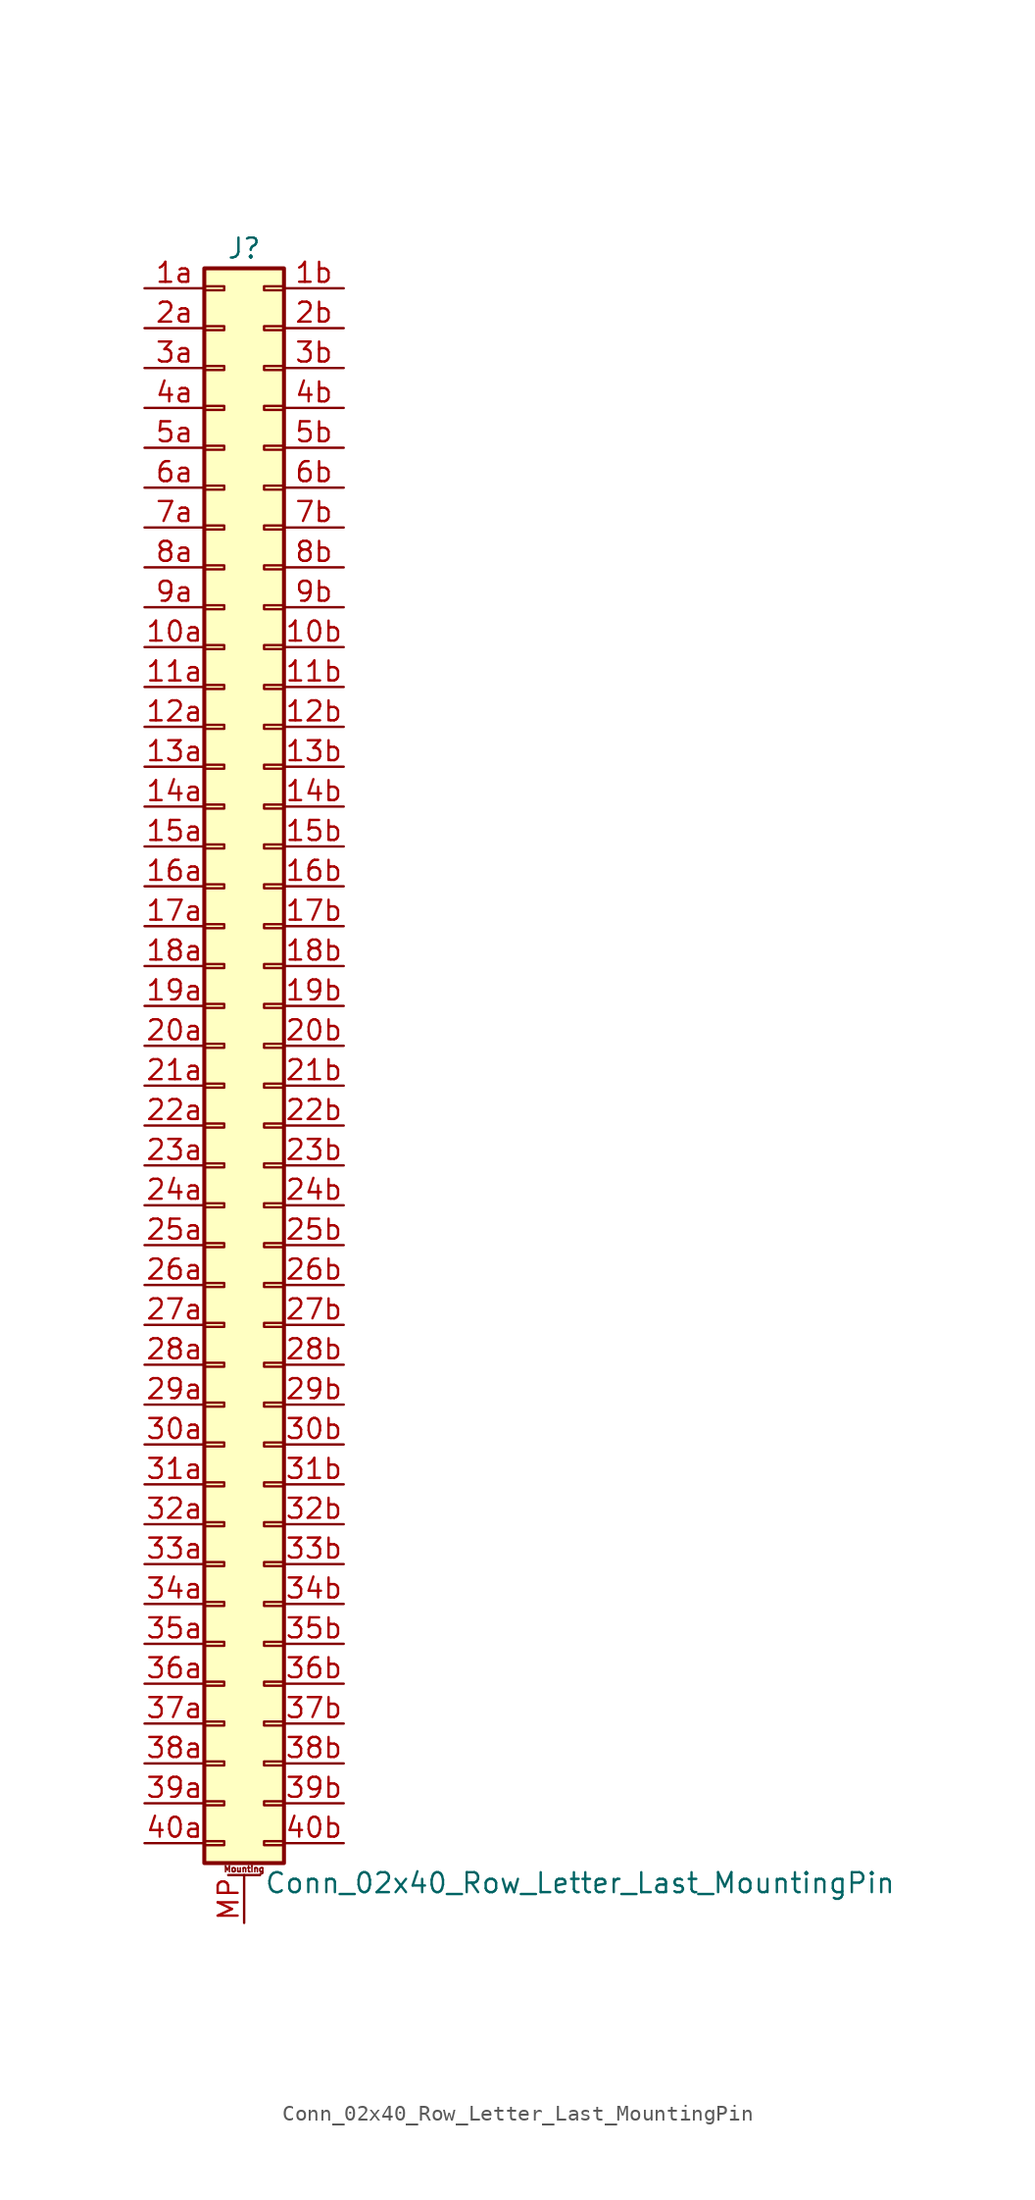
<source format=kicad_sym>
(kicad_symbol_lib
  (version 20201005)
  (generator kicad_symbol_editor)
  (symbol "Conn_02x40_Row_Letter_Last_MountingPin"
    (pin_names
      (offset 1.016) hide)
    (property "Reference" "J"
      (at 1.27 50.8 0)
      (effects (font (size 1.27 1.27))))
    (property "Value" "Conn_02x40_Row_Letter_Last_MountingPin"
      (at 2.54 -53.34 0)
      (effects (font (size 1.27 1.27)) (justify left)))
    (symbol "Conn_02x40_Row_Letter_Last_MountingPin_1_1"
      (text "Mounting" (at 1.27 -52.451 0) (effects (font (size 0.381 0.381))))
      (rectangle (start -1.27 -50.673) (end 0 -50.927) (stroke (width 0.152)) (fill (type none)))
      (rectangle (start -1.27 -48.133) (end 0 -48.387) (stroke (width 0.152)) (fill (type none)))
      (rectangle (start -1.27 -45.593) (end 0 -45.847) (stroke (width 0.152)) (fill (type none)))
      (rectangle (start -1.27 -43.053) (end 0 -43.307) (stroke (width 0.152)) (fill (type none)))
      (rectangle (start -1.27 -40.513) (end 0 -40.767) (stroke (width 0.152)) (fill (type none)))
      (rectangle (start -1.27 -37.973) (end 0 -38.227) (stroke (width 0.152)) (fill (type none)))
      (rectangle (start -1.27 -35.433) (end 0 -35.687) (stroke (width 0.152)) (fill (type none)))
      (rectangle (start -1.27 -32.893) (end 0 -33.147) (stroke (width 0.152)) (fill (type none)))
      (rectangle (start -1.27 -30.353) (end 0 -30.607) (stroke (width 0.152)) (fill (type none)))
      (rectangle (start -1.27 -27.813) (end 0 -28.067) (stroke (width 0.152)) (fill (type none)))
      (rectangle (start -1.27 -25.273) (end 0 -25.527) (stroke (width 0.152)) (fill (type none)))
      (rectangle (start -1.27 -22.733) (end 0 -22.987) (stroke (width 0.152)) (fill (type none)))
      (rectangle (start -1.27 -20.193) (end 0 -20.447) (stroke (width 0.152)) (fill (type none)))
      (rectangle (start -1.27 -17.653) (end 0 -17.907) (stroke (width 0.152)) (fill (type none)))
      (rectangle (start -1.27 -15.113) (end 0 -15.367) (stroke (width 0.152)) (fill (type none)))
      (rectangle (start -1.27 -12.573) (end 0 -12.827) (stroke (width 0.152)) (fill (type none)))
      (rectangle (start -1.27 -10.033) (end 0 -10.287) (stroke (width 0.152)) (fill (type none)))
      (rectangle (start -1.27 -7.493) (end 0 -7.747) (stroke (width 0.152)) (fill (type none)))
      (rectangle (start -1.27 -4.953) (end 0 -5.207) (stroke (width 0.152)) (fill (type none)))
      (rectangle (start -1.27 -2.413) (end 0 -2.667) (stroke (width 0.152)) (fill (type none)))
      (rectangle (start -1.27 0.127) (end 0 -0.127) (stroke (width 0.152)) (fill (type none)))
      (rectangle (start -1.27 2.667) (end 0 2.413) (stroke (width 0.152)) (fill (type none)))
      (rectangle (start -1.27 5.207) (end 0 4.953) (stroke (width 0.152)) (fill (type none)))
      (rectangle (start -1.27 7.747) (end 0 7.493) (stroke (width 0.152)) (fill (type none)))
      (rectangle (start -1.27 10.287) (end 0 10.033) (stroke (width 0.152)) (fill (type none)))
      (rectangle (start -1.27 12.827) (end 0 12.573) (stroke (width 0.152)) (fill (type none)))
      (rectangle (start -1.27 15.367) (end 0 15.113) (stroke (width 0.152)) (fill (type none)))
      (rectangle (start -1.27 17.907) (end 0 17.653) (stroke (width 0.152)) (fill (type none)))
      (rectangle (start -1.27 20.447) (end 0 20.193) (stroke (width 0.152)) (fill (type none)))
      (rectangle (start -1.27 22.987) (end 0 22.733) (stroke (width 0.152)) (fill (type none)))
      (rectangle (start -1.27 25.527) (end 0 25.273) (stroke (width 0.152)) (fill (type none)))
      (rectangle (start -1.27 28.067) (end 0 27.813) (stroke (width 0.152)) (fill (type none)))
      (rectangle (start -1.27 30.607) (end 0 30.353) (stroke (width 0.152)) (fill (type none)))
      (rectangle (start -1.27 33.147) (end 0 32.893) (stroke (width 0.152)) (fill (type none)))
      (rectangle (start -1.27 35.687) (end 0 35.433) (stroke (width 0.152)) (fill (type none)))
      (rectangle (start -1.27 38.227) (end 0 37.973) (stroke (width 0.152)) (fill (type none)))
      (rectangle (start -1.27 40.767) (end 0 40.513) (stroke (width 0.152)) (fill (type none)))
      (rectangle (start -1.27 43.307) (end 0 43.053) (stroke (width 0.152)) (fill (type none)))
      (rectangle (start -1.27 45.847) (end 0 45.593) (stroke (width 0.152)) (fill (type none)))
      (rectangle (start -1.27 48.387) (end 0 48.133) (stroke (width 0.152)) (fill (type none)))
      (rectangle (start -1.27 49.53) (end 3.81 -52.07) (stroke (width 0.254)) (fill (type background)))
      (rectangle (start 3.81 -50.673) (end 2.54 -50.927) (stroke (width 0.152)) (fill (type none)))
      (rectangle (start 3.81 -48.133) (end 2.54 -48.387) (stroke (width 0.152)) (fill (type none)))
      (rectangle (start 3.81 -45.593) (end 2.54 -45.847) (stroke (width 0.152)) (fill (type none)))
      (rectangle (start 3.81 -43.053) (end 2.54 -43.307) (stroke (width 0.152)) (fill (type none)))
      (rectangle (start 3.81 -40.513) (end 2.54 -40.767) (stroke (width 0.152)) (fill (type none)))
      (rectangle (start 3.81 -37.973) (end 2.54 -38.227) (stroke (width 0.152)) (fill (type none)))
      (rectangle (start 3.81 -35.433) (end 2.54 -35.687) (stroke (width 0.152)) (fill (type none)))
      (rectangle (start 3.81 -32.893) (end 2.54 -33.147) (stroke (width 0.152)) (fill (type none)))
      (rectangle (start 3.81 -30.353) (end 2.54 -30.607) (stroke (width 0.152)) (fill (type none)))
      (rectangle (start 3.81 -27.813) (end 2.54 -28.067) (stroke (width 0.152)) (fill (type none)))
      (rectangle (start 3.81 -25.273) (end 2.54 -25.527) (stroke (width 0.152)) (fill (type none)))
      (rectangle (start 3.81 -22.733) (end 2.54 -22.987) (stroke (width 0.152)) (fill (type none)))
      (rectangle (start 3.81 -20.193) (end 2.54 -20.447) (stroke (width 0.152)) (fill (type none)))
      (rectangle (start 3.81 -17.653) (end 2.54 -17.907) (stroke (width 0.152)) (fill (type none)))
      (rectangle (start 3.81 -15.113) (end 2.54 -15.367) (stroke (width 0.152)) (fill (type none)))
      (rectangle (start 3.81 -12.573) (end 2.54 -12.827) (stroke (width 0.152)) (fill (type none)))
      (rectangle (start 3.81 -10.033) (end 2.54 -10.287) (stroke (width 0.152)) (fill (type none)))
      (rectangle (start 3.81 -7.493) (end 2.54 -7.747) (stroke (width 0.152)) (fill (type none)))
      (rectangle (start 3.81 -4.953) (end 2.54 -5.207) (stroke (width 0.152)) (fill (type none)))
      (rectangle (start 3.81 -2.413) (end 2.54 -2.667) (stroke (width 0.152)) (fill (type none)))
      (rectangle (start 3.81 0.127) (end 2.54 -0.127) (stroke (width 0.152)) (fill (type none)))
      (rectangle (start 3.81 2.667) (end 2.54 2.413) (stroke (width 0.152)) (fill (type none)))
      (rectangle (start 3.81 5.207) (end 2.54 4.953) (stroke (width 0.152)) (fill (type none)))
      (rectangle (start 3.81 7.747) (end 2.54 7.493) (stroke (width 0.152)) (fill (type none)))
      (rectangle (start 3.81 10.287) (end 2.54 10.033) (stroke (width 0.152)) (fill (type none)))
      (rectangle (start 3.81 12.827) (end 2.54 12.573) (stroke (width 0.152)) (fill (type none)))
      (rectangle (start 3.81 15.367) (end 2.54 15.113) (stroke (width 0.152)) (fill (type none)))
      (rectangle (start 3.81 17.907) (end 2.54 17.653) (stroke (width 0.152)) (fill (type none)))
      (rectangle (start 3.81 20.447) (end 2.54 20.193) (stroke (width 0.152)) (fill (type none)))
      (rectangle (start 3.81 22.987) (end 2.54 22.733) (stroke (width 0.152)) (fill (type none)))
      (rectangle (start 3.81 25.527) (end 2.54 25.273) (stroke (width 0.152)) (fill (type none)))
      (rectangle (start 3.81 28.067) (end 2.54 27.813) (stroke (width 0.152)) (fill (type none)))
      (rectangle (start 3.81 30.607) (end 2.54 30.353) (stroke (width 0.152)) (fill (type none)))
      (rectangle (start 3.81 33.147) (end 2.54 32.893) (stroke (width 0.152)) (fill (type none)))
      (rectangle (start 3.81 35.687) (end 2.54 35.433) (stroke (width 0.152)) (fill (type none)))
      (rectangle (start 3.81 38.227) (end 2.54 37.973) (stroke (width 0.152)) (fill (type none)))
      (rectangle (start 3.81 40.767) (end 2.54 40.513) (stroke (width 0.152)) (fill (type none)))
      (rectangle (start 3.81 43.307) (end 2.54 43.053) (stroke (width 0.152)) (fill (type none)))
      (rectangle (start 3.81 45.847) (end 2.54 45.593) (stroke (width 0.152)) (fill (type none)))
      (rectangle (start 3.81 48.387) (end 2.54 48.133) (stroke (width 0.152)) (fill (type none)))
      (polyline (pts (xy 0.254 -52.832) (xy 2.286 -52.832)) (stroke (width 0.152)) (fill (type none)))
      (pin passive line (at -5.08 25.4 0) (length 3.81) (name "Pin_10a" (effects (font (size 1.27 1.27)))) (number "10a" (effects (font (size 1.27 1.27)))))
      (pin passive line (at 7.62 25.4 180) (length 3.81) (name "Pin_10b" (effects (font (size 1.27 1.27)))) (number "10b" (effects (font (size 1.27 1.27)))))
      (pin passive line (at -5.08 22.86 0) (length 3.81) (name "Pin_11a" (effects (font (size 1.27 1.27)))) (number "11a" (effects (font (size 1.27 1.27)))))
      (pin passive line (at 7.62 22.86 180) (length 3.81) (name "Pin_11b" (effects (font (size 1.27 1.27)))) (number "11b" (effects (font (size 1.27 1.27)))))
      (pin passive line (at -5.08 20.32 0) (length 3.81) (name "Pin_12a" (effects (font (size 1.27 1.27)))) (number "12a" (effects (font (size 1.27 1.27)))))
      (pin passive line (at 7.62 20.32 180) (length 3.81) (name "Pin_12b" (effects (font (size 1.27 1.27)))) (number "12b" (effects (font (size 1.27 1.27)))))
      (pin passive line (at -5.08 17.78 0) (length 3.81) (name "Pin_13a" (effects (font (size 1.27 1.27)))) (number "13a" (effects (font (size 1.27 1.27)))))
      (pin passive line (at 7.62 17.78 180) (length 3.81) (name "Pin_13b" (effects (font (size 1.27 1.27)))) (number "13b" (effects (font (size 1.27 1.27)))))
      (pin passive line (at -5.08 15.24 0) (length 3.81) (name "Pin_14a" (effects (font (size 1.27 1.27)))) (number "14a" (effects (font (size 1.27 1.27)))))
      (pin passive line (at 7.62 15.24 180) (length 3.81) (name "Pin_14b" (effects (font (size 1.27 1.27)))) (number "14b" (effects (font (size 1.27 1.27)))))
      (pin passive line (at -5.08 12.7 0) (length 3.81) (name "Pin_15a" (effects (font (size 1.27 1.27)))) (number "15a" (effects (font (size 1.27 1.27)))))
      (pin passive line (at 7.62 12.7 180) (length 3.81) (name "Pin_15b" (effects (font (size 1.27 1.27)))) (number "15b" (effects (font (size 1.27 1.27)))))
      (pin passive line (at -5.08 10.16 0) (length 3.81) (name "Pin_16a" (effects (font (size 1.27 1.27)))) (number "16a" (effects (font (size 1.27 1.27)))))
      (pin passive line (at 7.62 10.16 180) (length 3.81) (name "Pin_16b" (effects (font (size 1.27 1.27)))) (number "16b" (effects (font (size 1.27 1.27)))))
      (pin passive line (at -5.08 7.62 0) (length 3.81) (name "Pin_17a" (effects (font (size 1.27 1.27)))) (number "17a" (effects (font (size 1.27 1.27)))))
      (pin passive line (at 7.62 7.62 180) (length 3.81) (name "Pin_17b" (effects (font (size 1.27 1.27)))) (number "17b" (effects (font (size 1.27 1.27)))))
      (pin passive line (at -5.08 5.08 0) (length 3.81) (name "Pin_18a" (effects (font (size 1.27 1.27)))) (number "18a" (effects (font (size 1.27 1.27)))))
      (pin passive line (at 7.62 5.08 180) (length 3.81) (name "Pin_18b" (effects (font (size 1.27 1.27)))) (number "18b" (effects (font (size 1.27 1.27)))))
      (pin passive line (at -5.08 2.54 0) (length 3.81) (name "Pin_19a" (effects (font (size 1.27 1.27)))) (number "19a" (effects (font (size 1.27 1.27)))))
      (pin passive line (at 7.62 2.54 180) (length 3.81) (name "Pin_19b" (effects (font (size 1.27 1.27)))) (number "19b" (effects (font (size 1.27 1.27)))))
      (pin passive line (at -5.08 48.26 0) (length 3.81) (name "Pin_1a" (effects (font (size 1.27 1.27)))) (number "1a" (effects (font (size 1.27 1.27)))))
      (pin passive line (at 7.62 48.26 180) (length 3.81) (name "Pin_1b" (effects (font (size 1.27 1.27)))) (number "1b" (effects (font (size 1.27 1.27)))))
      (pin passive line (at -5.08 0 0) (length 3.81) (name "Pin_20a" (effects (font (size 1.27 1.27)))) (number "20a" (effects (font (size 1.27 1.27)))))
      (pin passive line (at 7.62 0 180) (length 3.81) (name "Pin_20b" (effects (font (size 1.27 1.27)))) (number "20b" (effects (font (size 1.27 1.27)))))
      (pin passive line (at -5.08 -2.54 0) (length 3.81) (name "Pin_21a" (effects (font (size 1.27 1.27)))) (number "21a" (effects (font (size 1.27 1.27)))))
      (pin passive line (at 7.62 -2.54 180) (length 3.81) (name "Pin_21b" (effects (font (size 1.27 1.27)))) (number "21b" (effects (font (size 1.27 1.27)))))
      (pin passive line (at -5.08 -5.08 0) (length 3.81) (name "Pin_22a" (effects (font (size 1.27 1.27)))) (number "22a" (effects (font (size 1.27 1.27)))))
      (pin passive line (at 7.62 -5.08 180) (length 3.81) (name "Pin_22b" (effects (font (size 1.27 1.27)))) (number "22b" (effects (font (size 1.27 1.27)))))
      (pin passive line (at -5.08 -7.62 0) (length 3.81) (name "Pin_23a" (effects (font (size 1.27 1.27)))) (number "23a" (effects (font (size 1.27 1.27)))))
      (pin passive line (at 7.62 -7.62 180) (length 3.81) (name "Pin_23b" (effects (font (size 1.27 1.27)))) (number "23b" (effects (font (size 1.27 1.27)))))
      (pin passive line (at -5.08 -10.16 0) (length 3.81) (name "Pin_24a" (effects (font (size 1.27 1.27)))) (number "24a" (effects (font (size 1.27 1.27)))))
      (pin passive line (at 7.62 -10.16 180) (length 3.81) (name "Pin_24b" (effects (font (size 1.27 1.27)))) (number "24b" (effects (font (size 1.27 1.27)))))
      (pin passive line (at -5.08 -12.7 0) (length 3.81) (name "Pin_25a" (effects (font (size 1.27 1.27)))) (number "25a" (effects (font (size 1.27 1.27)))))
      (pin passive line (at 7.62 -12.7 180) (length 3.81) (name "Pin_25b" (effects (font (size 1.27 1.27)))) (number "25b" (effects (font (size 1.27 1.27)))))
      (pin passive line (at -5.08 -15.24 0) (length 3.81) (name "Pin_26a" (effects (font (size 1.27 1.27)))) (number "26a" (effects (font (size 1.27 1.27)))))
      (pin passive line (at 7.62 -15.24 180) (length 3.81) (name "Pin_26b" (effects (font (size 1.27 1.27)))) (number "26b" (effects (font (size 1.27 1.27)))))
      (pin passive line (at -5.08 -17.78 0) (length 3.81) (name "Pin_27a" (effects (font (size 1.27 1.27)))) (number "27a" (effects (font (size 1.27 1.27)))))
      (pin passive line (at 7.62 -17.78 180) (length 3.81) (name "Pin_27b" (effects (font (size 1.27 1.27)))) (number "27b" (effects (font (size 1.27 1.27)))))
      (pin passive line (at -5.08 -20.32 0) (length 3.81) (name "Pin_28a" (effects (font (size 1.27 1.27)))) (number "28a" (effects (font (size 1.27 1.27)))))
      (pin passive line (at 7.62 -20.32 180) (length 3.81) (name "Pin_28b" (effects (font (size 1.27 1.27)))) (number "28b" (effects (font (size 1.27 1.27)))))
      (pin passive line (at -5.08 -22.86 0) (length 3.81) (name "Pin_29a" (effects (font (size 1.27 1.27)))) (number "29a" (effects (font (size 1.27 1.27)))))
      (pin passive line (at 7.62 -22.86 180) (length 3.81) (name "Pin_29b" (effects (font (size 1.27 1.27)))) (number "29b" (effects (font (size 1.27 1.27)))))
      (pin passive line (at -5.08 45.72 0) (length 3.81) (name "Pin_2a" (effects (font (size 1.27 1.27)))) (number "2a" (effects (font (size 1.27 1.27)))))
      (pin passive line (at 7.62 45.72 180) (length 3.81) (name "Pin_2b" (effects (font (size 1.27 1.27)))) (number "2b" (effects (font (size 1.27 1.27)))))
      (pin passive line (at -5.08 -25.4 0) (length 3.81) (name "Pin_30a" (effects (font (size 1.27 1.27)))) (number "30a" (effects (font (size 1.27 1.27)))))
      (pin passive line (at 7.62 -25.4 180) (length 3.81) (name "Pin_30b" (effects (font (size 1.27 1.27)))) (number "30b" (effects (font (size 1.27 1.27)))))
      (pin passive line (at -5.08 -27.94 0) (length 3.81) (name "Pin_31a" (effects (font (size 1.27 1.27)))) (number "31a" (effects (font (size 1.27 1.27)))))
      (pin passive line (at 7.62 -27.94 180) (length 3.81) (name "Pin_31b" (effects (font (size 1.27 1.27)))) (number "31b" (effects (font (size 1.27 1.27)))))
      (pin passive line (at -5.08 -30.48 0) (length 3.81) (name "Pin_32a" (effects (font (size 1.27 1.27)))) (number "32a" (effects (font (size 1.27 1.27)))))
      (pin passive line (at 7.62 -30.48 180) (length 3.81) (name "Pin_32b" (effects (font (size 1.27 1.27)))) (number "32b" (effects (font (size 1.27 1.27)))))
      (pin passive line (at -5.08 -33.02 0) (length 3.81) (name "Pin_33a" (effects (font (size 1.27 1.27)))) (number "33a" (effects (font (size 1.27 1.27)))))
      (pin passive line (at 7.62 -33.02 180) (length 3.81) (name "Pin_33b" (effects (font (size 1.27 1.27)))) (number "33b" (effects (font (size 1.27 1.27)))))
      (pin passive line (at -5.08 -35.56 0) (length 3.81) (name "Pin_34a" (effects (font (size 1.27 1.27)))) (number "34a" (effects (font (size 1.27 1.27)))))
      (pin passive line (at 7.62 -35.56 180) (length 3.81) (name "Pin_34b" (effects (font (size 1.27 1.27)))) (number "34b" (effects (font (size 1.27 1.27)))))
      (pin passive line (at -5.08 -38.1 0) (length 3.81) (name "Pin_35a" (effects (font (size 1.27 1.27)))) (number "35a" (effects (font (size 1.27 1.27)))))
      (pin passive line (at 7.62 -38.1 180) (length 3.81) (name "Pin_35b" (effects (font (size 1.27 1.27)))) (number "35b" (effects (font (size 1.27 1.27)))))
      (pin passive line (at -5.08 -40.64 0) (length 3.81) (name "Pin_36a" (effects (font (size 1.27 1.27)))) (number "36a" (effects (font (size 1.27 1.27)))))
      (pin passive line (at 7.62 -40.64 180) (length 3.81) (name "Pin_36b" (effects (font (size 1.27 1.27)))) (number "36b" (effects (font (size 1.27 1.27)))))
      (pin passive line (at -5.08 -43.18 0) (length 3.81) (name "Pin_37a" (effects (font (size 1.27 1.27)))) (number "37a" (effects (font (size 1.27 1.27)))))
      (pin passive line (at 7.62 -43.18 180) (length 3.81) (name "Pin_37b" (effects (font (size 1.27 1.27)))) (number "37b" (effects (font (size 1.27 1.27)))))
      (pin passive line (at -5.08 -45.72 0) (length 3.81) (name "Pin_38a" (effects (font (size 1.27 1.27)))) (number "38a" (effects (font (size 1.27 1.27)))))
      (pin passive line (at 7.62 -45.72 180) (length 3.81) (name "Pin_38b" (effects (font (size 1.27 1.27)))) (number "38b" (effects (font (size 1.27 1.27)))))
      (pin passive line (at -5.08 -48.26 0) (length 3.81) (name "Pin_39a" (effects (font (size 1.27 1.27)))) (number "39a" (effects (font (size 1.27 1.27)))))
      (pin passive line (at 7.62 -48.26 180) (length 3.81) (name "Pin_39b" (effects (font (size 1.27 1.27)))) (number "39b" (effects (font (size 1.27 1.27)))))
      (pin passive line (at -5.08 43.18 0) (length 3.81) (name "Pin_3a" (effects (font (size 1.27 1.27)))) (number "3a" (effects (font (size 1.27 1.27)))))
      (pin passive line (at 7.62 43.18 180) (length 3.81) (name "Pin_3b" (effects (font (size 1.27 1.27)))) (number "3b" (effects (font (size 1.27 1.27)))))
      (pin passive line (at -5.08 -50.8 0) (length 3.81) (name "Pin_40a" (effects (font (size 1.27 1.27)))) (number "40a" (effects (font (size 1.27 1.27)))))
      (pin passive line (at 7.62 -50.8 180) (length 3.81) (name "Pin_40b" (effects (font (size 1.27 1.27)))) (number "40b" (effects (font (size 1.27 1.27)))))
      (pin passive line (at -5.08 40.64 0) (length 3.81) (name "Pin_4a" (effects (font (size 1.27 1.27)))) (number "4a" (effects (font (size 1.27 1.27)))))
      (pin passive line (at 7.62 40.64 180) (length 3.81) (name "Pin_4b" (effects (font (size 1.27 1.27)))) (number "4b" (effects (font (size 1.27 1.27)))))
      (pin passive line (at -5.08 38.1 0) (length 3.81) (name "Pin_5a" (effects (font (size 1.27 1.27)))) (number "5a" (effects (font (size 1.27 1.27)))))
      (pin passive line (at 7.62 38.1 180) (length 3.81) (name "Pin_5b" (effects (font (size 1.27 1.27)))) (number "5b" (effects (font (size 1.27 1.27)))))
      (pin passive line (at -5.08 35.56 0) (length 3.81) (name "Pin_6a" (effects (font (size 1.27 1.27)))) (number "6a" (effects (font (size 1.27 1.27)))))
      (pin passive line (at 7.62 35.56 180) (length 3.81) (name "Pin_6b" (effects (font (size 1.27 1.27)))) (number "6b" (effects (font (size 1.27 1.27)))))
      (pin passive line (at -5.08 33.02 0) (length 3.81) (name "Pin_7a" (effects (font (size 1.27 1.27)))) (number "7a" (effects (font (size 1.27 1.27)))))
      (pin passive line (at 7.62 33.02 180) (length 3.81) (name "Pin_7b" (effects (font (size 1.27 1.27)))) (number "7b" (effects (font (size 1.27 1.27)))))
      (pin passive line (at -5.08 30.48 0) (length 3.81) (name "Pin_8a" (effects (font (size 1.27 1.27)))) (number "8a" (effects (font (size 1.27 1.27)))))
      (pin passive line (at 7.62 30.48 180) (length 3.81) (name "Pin_8b" (effects (font (size 1.27 1.27)))) (number "8b" (effects (font (size 1.27 1.27)))))
      (pin passive line (at -5.08 27.94 0) (length 3.81) (name "Pin_9a" (effects (font (size 1.27 1.27)))) (number "9a" (effects (font (size 1.27 1.27)))))
      (pin passive line (at 7.62 27.94 180) (length 3.81) (name "Pin_9b" (effects (font (size 1.27 1.27)))) (number "9b" (effects (font (size 1.27 1.27)))))
      (pin passive line (at 1.27 -55.88 90) (length 3.048) (name "MountPin" (effects (font (size 1.27 1.27)))) (number "MP" (effects (font (size 1.27 1.27))))))))
</source>
